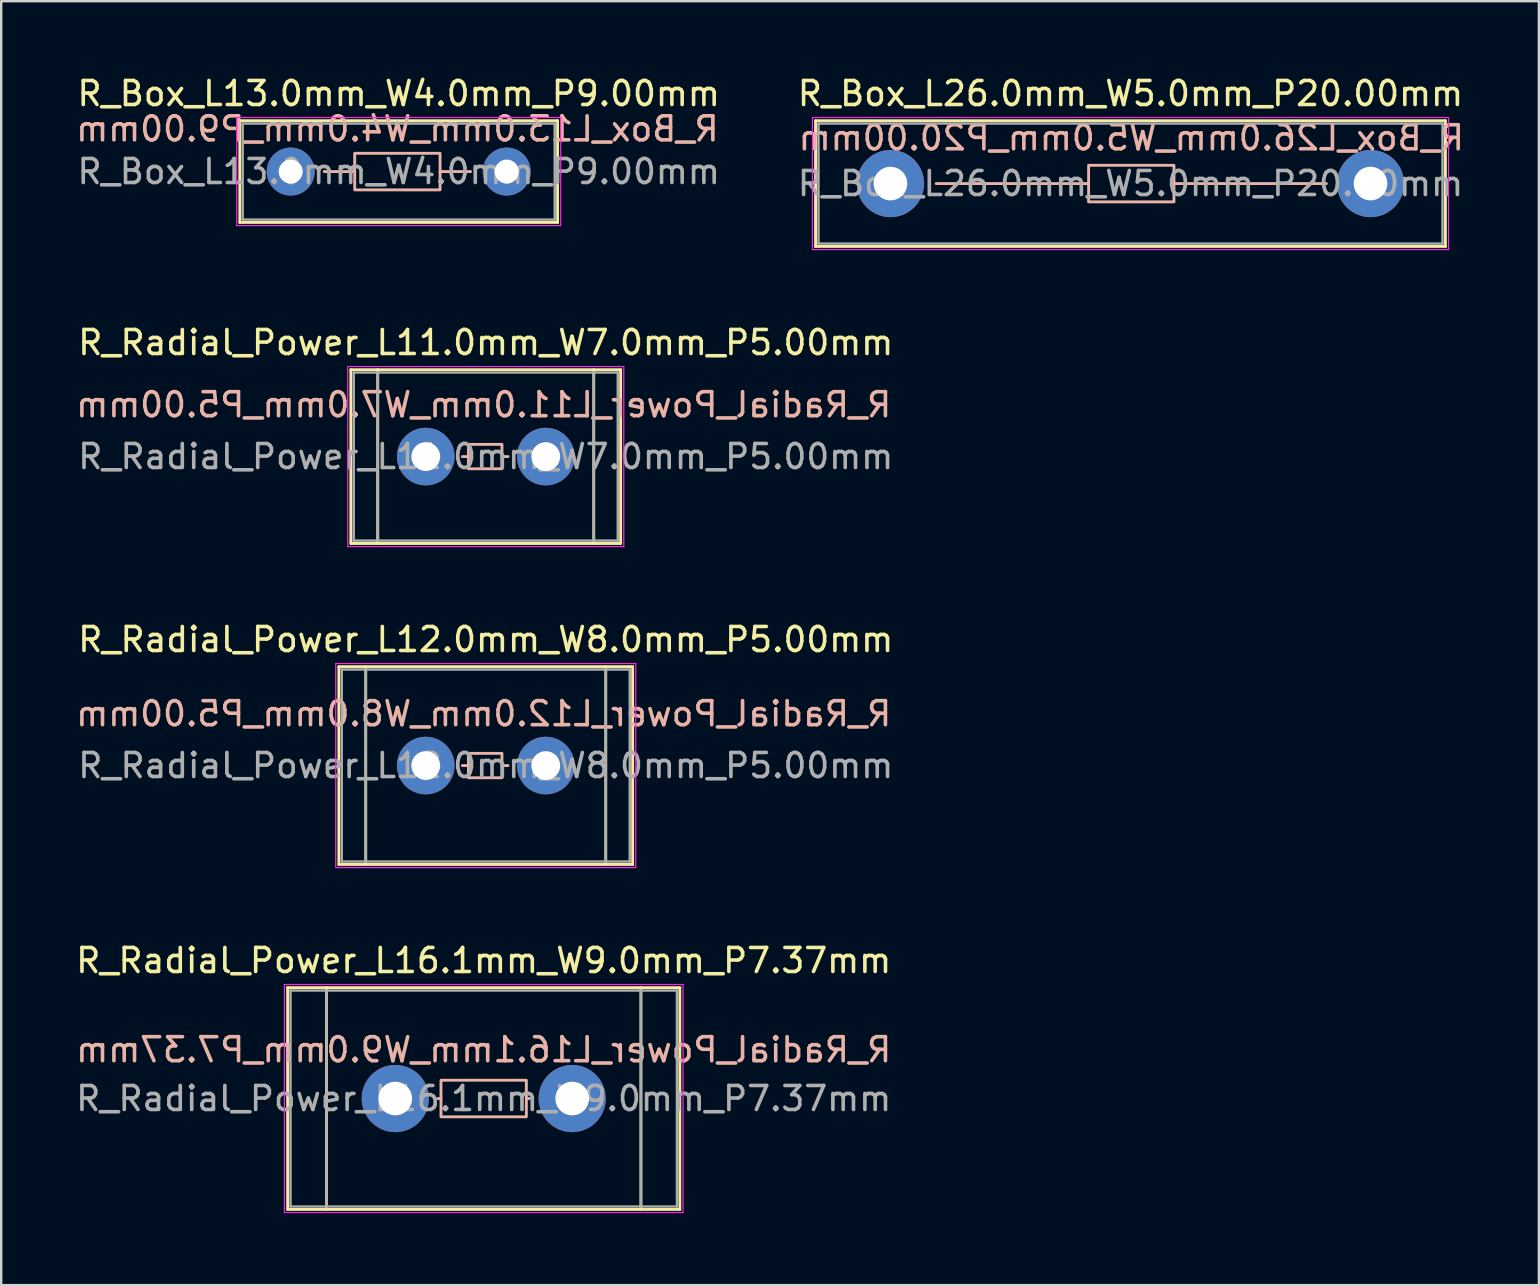
<source format=kicad_pcb>
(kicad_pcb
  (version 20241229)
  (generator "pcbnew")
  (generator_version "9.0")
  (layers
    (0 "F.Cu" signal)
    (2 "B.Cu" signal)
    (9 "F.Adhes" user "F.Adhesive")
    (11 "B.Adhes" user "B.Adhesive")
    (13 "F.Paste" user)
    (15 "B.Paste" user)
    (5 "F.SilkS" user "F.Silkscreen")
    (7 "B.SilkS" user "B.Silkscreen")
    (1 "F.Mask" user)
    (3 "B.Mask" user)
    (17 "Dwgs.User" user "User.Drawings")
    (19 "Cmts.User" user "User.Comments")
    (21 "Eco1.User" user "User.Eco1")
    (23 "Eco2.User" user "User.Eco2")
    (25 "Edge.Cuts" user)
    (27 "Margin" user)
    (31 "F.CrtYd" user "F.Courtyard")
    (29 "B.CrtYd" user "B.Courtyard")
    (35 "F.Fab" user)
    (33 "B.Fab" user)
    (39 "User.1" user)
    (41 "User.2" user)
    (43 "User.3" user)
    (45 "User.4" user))
  (footprint "R_Radial_Power_L11.0mm_W7.0mm_P5.00mm"
    (layer "F.Cu")
    (at 14.688 15.972)
    (property "Reference" "R_Radial_Power_L11.0mm_W7.0mm_P5.00mm" (at 2.5 -4.75 0) (layer "F.SilkS") (effects (font (size 1 1) (thickness 0.15))))
    (fp_line (start -3.12 -3.62) (end -3.12 3.62) (stroke (width 0.12) (type solid)) (layer "F.SilkS"))
    (fp_line (start -3.12 -3.62) (end 8.12 -3.62) (stroke (width 0.12) (type solid)) (layer "F.SilkS"))
    (fp_line (start -3.12 3.62) (end 8.12 3.62) (stroke (width 0.12) (type solid)) (layer "F.SilkS"))
    (fp_line (start -2 -3.62) (end -2 3.62) (stroke (width 0.12) (type solid)) (layer "F.SilkS"))
    (fp_line (start 7 -3.62) (end 7 3.62) (stroke (width 0.12) (type solid)) (layer "F.SilkS"))
    (fp_line (start 8.12 -3.62) (end 8.12 3.62) (stroke (width 0.12) (type solid)) (layer "F.SilkS"))
    (fp_line (start 1.524 0) (end 1.778 0) (stroke (width 0.12) (type solid)) (layer "B.SilkS"))
    (fp_line (start 3.429 0) (end 3.175 0) (stroke (width 0.12) (type solid)) (layer "B.SilkS"))
    (fp_rect (start 1.778 -0.508) (end 3.175 0.508) (stroke (width 0.12) (type solid)) (fill no) (layer "B.SilkS"))
    (fp_line (start -3.25 -3.75) (end -3.25 3.75) (stroke (width 0.05) (type solid)) (layer "F.CrtYd"))
    (fp_line (start -3.25 3.75) (end 8.25 3.75) (stroke (width 0.05) (type solid)) (layer "F.CrtYd"))
    (fp_line (start 8.25 -3.75) (end -3.25 -3.75) (stroke (width 0.05) (type solid)) (layer "F.CrtYd"))
    (fp_line (start 8.25 3.75) (end 8.25 -3.75) (stroke (width 0.05) (type solid)) (layer "F.CrtYd"))
    (fp_line (start -3 -3.5) (end -3 3.5) (stroke (width 0.1) (type solid)) (layer "F.Fab"))
    (fp_line (start -3 3.5) (end 8 3.5) (stroke (width 0.1) (type solid)) (layer "F.Fab"))
    (fp_line (start -2 -3.5) (end -2 3.5) (stroke (width 0.1) (type solid)) (layer "F.Fab"))
    (fp_line (start 7 -3.5) (end 7 3.5) (stroke (width 0.1) (type solid)) (layer "F.Fab"))
    (fp_line (start 8 -3.5) (end -3 -3.5) (stroke (width 0.1) (type solid)) (layer "F.Fab"))
    (fp_line (start 8 3.5) (end 8 -3.5) (stroke (width 0.1) (type solid)) (layer "F.Fab"))
    (fp_text user "${REFERENCE}" (at 2.413 -2.159 0) (layer "B.SilkS") (effects (font (size 1 1) (thickness 0.15)) (justify mirror)))
    (fp_text user "${REFERENCE}" (at 2.5 0 0) (layer "F.Fab") (effects (font (size 1 1) (thickness 0.15))))
    (pad "1" thru_hole circle (at 0 0) (size 2.4 2.4) (drill 1.2) (layers "*.Cu" "*.Mask"))
    (pad "2" thru_hole circle (at 5 0) (size 2.4 2.4) (drill 1.2) (layers "*.Cu" "*.Mask")))
  (footprint "R_Box_L13.0mm_W4.0mm_P9.00mm"
    (layer "F.Cu")
    (at 9.061 4.098)
    (property "Reference" "R_Box_L13.0mm_W4.0mm_P9.00mm" (at 4.5 -3.25 0) (layer "F.SilkS") (effects (font (size 1 1) (thickness 0.15))))
    (fp_line (start -2.12 -2.12) (end -2.12 2.12) (stroke (width 0.12) (type solid)) (layer "F.SilkS"))
    (fp_line (start -2.12 -2.12) (end 11.12 -2.12) (stroke (width 0.12) (type solid)) (layer "F.SilkS"))
    (fp_line (start -2.12 2.12) (end 11.12 2.12) (stroke (width 0.12) (type solid)) (layer "F.SilkS"))
    (fp_line (start 11.12 -2.12) (end 11.12 2.12) (stroke (width 0.12) (type solid)) (layer "F.SilkS"))
    (fp_line (start 2.667 0) (end 1.397 0) (stroke (width 0.12) (type solid)) (layer "B.SilkS"))
    (fp_line (start 7.493 0) (end 6.223 0) (stroke (width 0.12) (type solid)) (layer "B.SilkS"))
    (fp_rect (start 2.667 -0.762) (end 6.223 0.762) (stroke (width 0.12) (type solid)) (fill no) (layer "B.SilkS"))
    (fp_line (start -2.25 -2.25) (end -2.25 2.25) (stroke (width 0.05) (type solid)) (layer "F.CrtYd"))
    (fp_line (start -2.25 2.25) (end 11.25 2.25) (stroke (width 0.05) (type solid)) (layer "F.CrtYd"))
    (fp_line (start 11.25 -2.25) (end -2.25 -2.25) (stroke (width 0.05) (type solid)) (layer "F.CrtYd"))
    (fp_line (start 11.25 2.25) (end 11.25 -2.25) (stroke (width 0.05) (type solid)) (layer "F.CrtYd"))
    (fp_line (start -2 -2) (end -2 2) (stroke (width 0.1) (type solid)) (layer "F.Fab"))
    (fp_line (start -2 2) (end 11 2) (stroke (width 0.1) (type solid)) (layer "F.Fab"))
    (fp_line (start 11 -2) (end -2 -2) (stroke (width 0.1) (type solid)) (layer "F.Fab"))
    (fp_line (start 11 2) (end 11 -2) (stroke (width 0.1) (type solid)) (layer "F.Fab"))
    (fp_text user "${REFERENCE}" (at 4.445 -1.778 0) (layer "B.SilkS") (effects (font (size 1 1) (thickness 0.15)) (justify mirror)))
    (fp_text user "${REFERENCE}" (at 4.5 0 0) (layer "F.Fab") (effects (font (size 1 1) (thickness 0.15))))
    (pad "1" thru_hole circle (at 0 0) (size 2 2) (drill 1) (layers "*.Cu" "*.Mask"))
    (pad "2" thru_hole circle (at 9 0) (size 2 2) (drill 1) (layers "*.Cu" "*.Mask")))
  (footprint "R_Radial_Power_L12.0mm_W8.0mm_P5.00mm"
    (layer "F.Cu")
    (at 14.688 28.845)
    (property "Reference" "R_Radial_Power_L12.0mm_W8.0mm_P5.00mm" (at 2.5 -5.25 0) (layer "F.SilkS") (effects (font (size 1 1) (thickness 0.15))))
    (fp_line (start -3.62 -4.12) (end -3.62 4.12) (stroke (width 0.12) (type solid)) (layer "F.SilkS"))
    (fp_line (start -3.62 -4.12) (end 8.62 -4.12) (stroke (width 0.12) (type solid)) (layer "F.SilkS"))
    (fp_line (start -3.62 4.12) (end 8.62 4.12) (stroke (width 0.12) (type solid)) (layer "F.SilkS"))
    (fp_line (start -2.5 -4.12) (end -2.5 4.12) (stroke (width 0.12) (type solid)) (layer "F.SilkS"))
    (fp_line (start 7.5 -4.12) (end 7.5 4.12) (stroke (width 0.12) (type solid)) (layer "F.SilkS"))
    (fp_line (start 8.62 -4.12) (end 8.62 4.12) (stroke (width 0.12) (type solid)) (layer "F.SilkS"))
    (fp_line (start 1.524 0) (end 1.778 0) (stroke (width 0.12) (type solid)) (layer "B.SilkS"))
    (fp_line (start 3.429 0) (end 3.175 0) (stroke (width 0.12) (type solid)) (layer "B.SilkS"))
    (fp_rect (start 1.778 -0.508) (end 3.175 0.508) (stroke (width 0.12) (type solid)) (fill no) (layer "B.SilkS"))
    (fp_line (start -3.75 -4.25) (end -3.75 4.25) (stroke (width 0.05) (type solid)) (layer "F.CrtYd"))
    (fp_line (start -3.75 4.25) (end 8.75 4.25) (stroke (width 0.05) (type solid)) (layer "F.CrtYd"))
    (fp_line (start 8.75 -4.25) (end -3.75 -4.25) (stroke (width 0.05) (type solid)) (layer "F.CrtYd"))
    (fp_line (start 8.75 4.25) (end 8.75 -4.25) (stroke (width 0.05) (type solid)) (layer "F.CrtYd"))
    (fp_line (start -3.5 -4) (end -3.5 4) (stroke (width 0.1) (type solid)) (layer "F.Fab"))
    (fp_line (start -3.5 4) (end 8.5 4) (stroke (width 0.1) (type solid)) (layer "F.Fab"))
    (fp_line (start -2.5 -4) (end -2.5 4) (stroke (width 0.1) (type solid)) (layer "F.Fab"))
    (fp_line (start 7.5 -4) (end 7.5 4) (stroke (width 0.1) (type solid)) (layer "F.Fab"))
    (fp_line (start 8.5 -4) (end -3.5 -4) (stroke (width 0.1) (type solid)) (layer "F.Fab"))
    (fp_line (start 8.5 4) (end 8.5 -4) (stroke (width 0.1) (type solid)) (layer "F.Fab"))
    (fp_text user "${REFERENCE}" (at 2.413 -2.159 0) (layer "B.SilkS") (effects (font (size 1 1) (thickness 0.15)) (justify mirror)))
    (fp_text user "${REFERENCE}" (at 2.5 0 0) (layer "F.Fab") (effects (font (size 1 1) (thickness 0.15))))
    (pad "1" thru_hole circle (at 0 0) (size 2.4 2.4) (drill 1.2) (layers "*.Cu" "*.Mask"))
    (pad "2" thru_hole circle (at 5 0) (size 2.4 2.4) (drill 1.2) (layers "*.Cu" "*.Mask")))
  (footprint "R_Box_L26.0mm_W5.0mm_P20.00mm"
    (layer "F.Cu")
    (at 34.049 4.598)
    (property "Reference" "R_Box_L26.0mm_W5.0mm_P20.00mm" (at 10 -3.75 0) (layer "F.SilkS") (effects (font (size 1 1) (thickness 0.15))))
    (fp_line (start -3.12 -2.62) (end -3.12 2.62) (stroke (width 0.12) (type solid)) (layer "F.SilkS"))
    (fp_line (start -3.12 -2.62) (end 23.12 -2.62) (stroke (width 0.12) (type solid)) (layer "F.SilkS"))
    (fp_line (start -3.12 2.62) (end 23.12 2.62) (stroke (width 0.12) (type solid)) (layer "F.SilkS"))
    (fp_line (start 23.12 -2.62) (end 23.12 2.62) (stroke (width 0.12) (type solid)) (layer "F.SilkS"))
    (fp_line (start 8.255 0) (end 1.905 0) (stroke (width 0.12) (type solid)) (layer "B.SilkS"))
    (fp_line (start 11.811 0) (end 18.161 0) (stroke (width 0.12) (type solid)) (layer "B.SilkS"))
    (fp_rect (start 8.255 -0.762) (end 11.811 0.762) (stroke (width 0.12) (type solid)) (fill no) (layer "B.SilkS"))
    (fp_line (start -3.25 -2.75) (end -3.25 2.75) (stroke (width 0.05) (type solid)) (layer "F.CrtYd"))
    (fp_line (start -3.25 2.75) (end 23.25 2.75) (stroke (width 0.05) (type solid)) (layer "F.CrtYd"))
    (fp_line (start 23.25 -2.75) (end -3.25 -2.75) (stroke (width 0.05) (type solid)) (layer "F.CrtYd"))
    (fp_line (start 23.25 2.75) (end 23.25 -2.75) (stroke (width 0.05) (type solid)) (layer "F.CrtYd"))
    (fp_line (start -3 -2.5) (end -3 2.5) (stroke (width 0.1) (type solid)) (layer "F.Fab"))
    (fp_line (start -3 2.5) (end 23 2.5) (stroke (width 0.1) (type solid)) (layer "F.Fab"))
    (fp_line (start 23 -2.5) (end -3 -2.5) (stroke (width 0.1) (type solid)) (layer "F.Fab"))
    (fp_line (start 23 2.5) (end 23 -2.5) (stroke (width 0.1) (type solid)) (layer "F.Fab"))
    (fp_text user "${REFERENCE}" (at 10.033 -1.905 0) (layer "B.SilkS") (effects (font (size 1 1) (thickness 0.15)) (justify mirror)))
    (fp_text user "${REFERENCE}" (at 10 0 0) (layer "F.Fab") (effects (font (size 1 1) (thickness 0.15))))
    (pad "1" thru_hole circle (at 0 0) (size 2.8 2.8) (drill 1.4) (layers "*.Cu" "*.Mask"))
    (pad "2" thru_hole circle (at 20 0) (size 2.8 2.8) (drill 1.4) (layers "*.Cu" "*.Mask")))
  (footprint "R_Radial_Power_L16.1mm_W9.0mm_P7.37mm"
    (layer "F.Cu")
    (at 13.418 42.718)
    (property "Reference" "R_Radial_Power_L16.1mm_W9.0mm_P7.37mm" (at 3.685 -5.75 0) (layer "F.SilkS") (effects (font (size 1 1) (thickness 0.15))))
    (fp_line (start -4.485 -4.62) (end -4.485 4.62) (stroke (width 0.12) (type solid)) (layer "F.SilkS"))
    (fp_line (start -4.485 -4.62) (end 11.855 -4.62) (stroke (width 0.12) (type solid)) (layer "F.SilkS"))
    (fp_line (start -4.485 4.62) (end 11.855 4.62) (stroke (width 0.12) (type solid)) (layer "F.SilkS"))
    (fp_line (start -2.866 -4.62) (end -2.866 4.62) (stroke (width 0.12) (type solid)) (layer "F.SilkS"))
    (fp_line (start 10.236 -4.62) (end 10.236 4.62) (stroke (width 0.12) (type solid)) (layer "F.SilkS"))
    (fp_line (start 11.855 -4.62) (end 11.855 4.62) (stroke (width 0.12) (type solid)) (layer "F.SilkS"))
    (fp_line (start 1.905 0) (end 1.778 0) (stroke (width 0.12) (type solid)) (layer "B.SilkS"))
    (fp_line (start 5.461 0) (end 5.588 0) (stroke (width 0.12) (type solid)) (layer "B.SilkS"))
    (fp_rect (start 1.905 -0.762) (end 5.461 0.762) (stroke (width 0.12) (type solid)) (fill no) (layer "B.SilkS"))
    (fp_line (start -4.62 -4.75) (end -4.62 4.75) (stroke (width 0.05) (type solid)) (layer "F.CrtYd"))
    (fp_line (start -4.62 4.75) (end 11.99 4.75) (stroke (width 0.05) (type solid)) (layer "F.CrtYd"))
    (fp_line (start 11.99 -4.75) (end -4.62 -4.75) (stroke (width 0.05) (type solid)) (layer "F.CrtYd"))
    (fp_line (start 11.99 4.75) (end 11.99 -4.75) (stroke (width 0.05) (type solid)) (layer "F.CrtYd"))
    (fp_line (start -4.365 -4.5) (end -4.365 4.5) (stroke (width 0.1) (type solid)) (layer "F.Fab"))
    (fp_line (start -4.365 4.5) (end 11.735 4.5) (stroke (width 0.1) (type solid)) (layer "F.Fab"))
    (fp_line (start -2.865 -4.5) (end -2.865 4.5) (stroke (width 0.1) (type solid)) (layer "F.Fab"))
    (fp_line (start 10.235 -4.5) (end 10.235 4.5) (stroke (width 0.1) (type solid)) (layer "F.Fab"))
    (fp_line (start 11.735 -4.5) (end -4.365 -4.5) (stroke (width 0.1) (type solid)) (layer "F.Fab"))
    (fp_line (start 11.735 4.5) (end 11.735 -4.5) (stroke (width 0.1) (type solid)) (layer "F.Fab"))
    (fp_text user "${REFERENCE}" (at 3.683 -2.032 0) (layer "B.SilkS") (effects (font (size 1 1) (thickness 0.15)) (justify mirror)))
    (fp_text user "${REFERENCE}" (at 3.685 0 0) (layer "F.Fab") (effects (font (size 1 1) (thickness 0.15))))
    (pad "1" thru_hole circle (at 0 0) (size 2.8 2.8) (drill 1.4) (layers "*.Cu" "*.Mask"))
    (pad "2" thru_hole circle (at 7.37 0) (size 2.8 2.8) (drill 1.4) (layers "*.Cu" "*.Mask")))
  (gr_rect
    (start -3 -3)
    (end 61.064 50.493)
    (stroke (width 0.1) (type default))
    (fill no)
    (layer "Edge.Cuts")))
</source>
